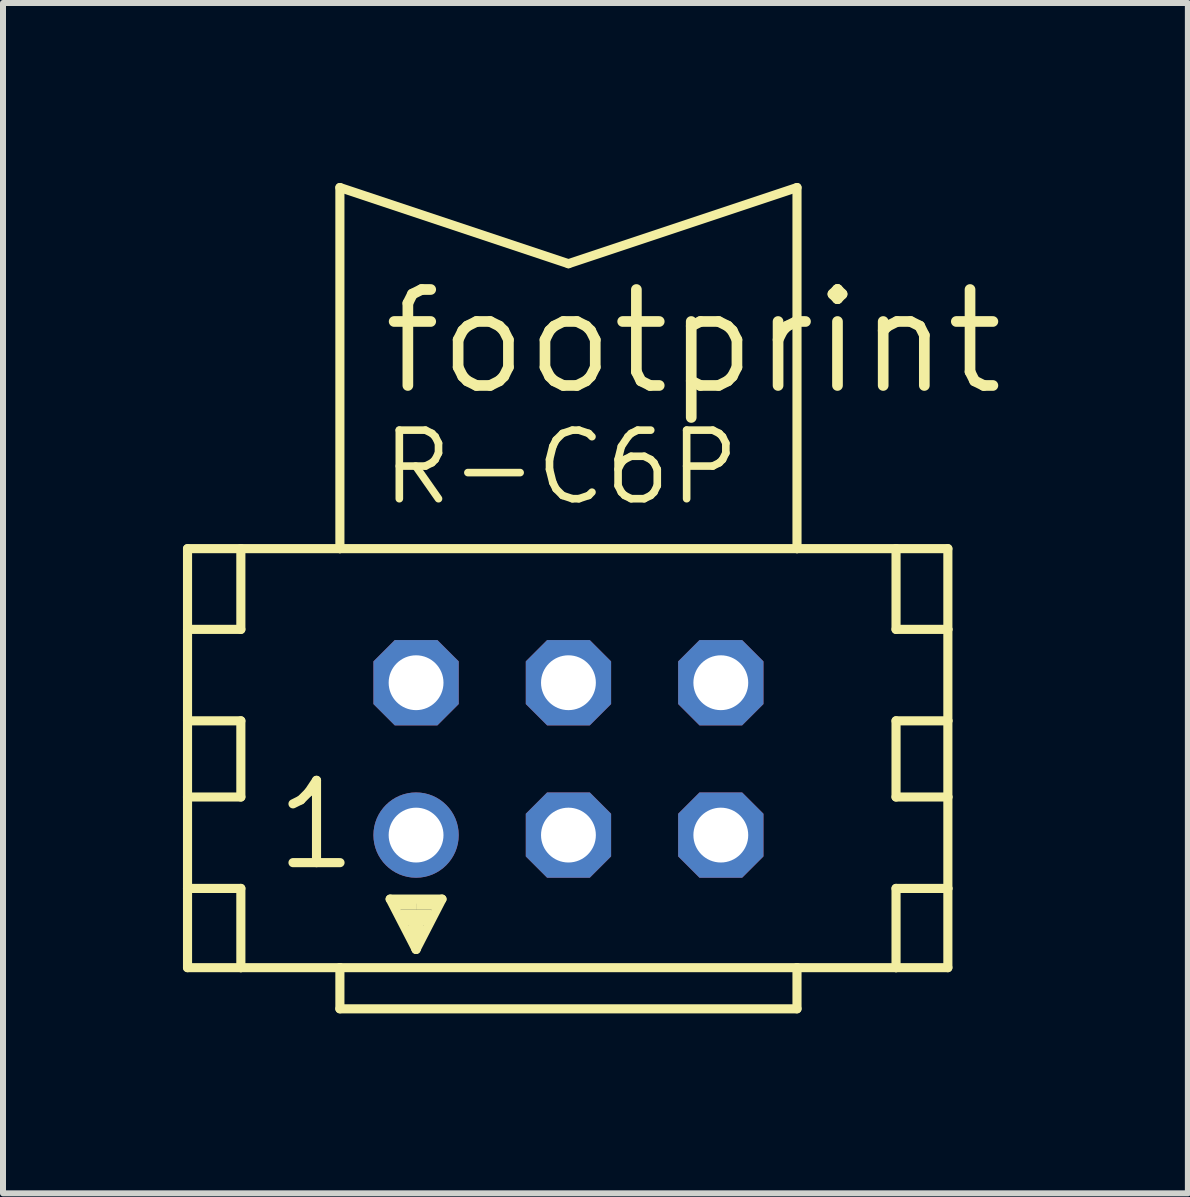
<source format=kicad_pcb>
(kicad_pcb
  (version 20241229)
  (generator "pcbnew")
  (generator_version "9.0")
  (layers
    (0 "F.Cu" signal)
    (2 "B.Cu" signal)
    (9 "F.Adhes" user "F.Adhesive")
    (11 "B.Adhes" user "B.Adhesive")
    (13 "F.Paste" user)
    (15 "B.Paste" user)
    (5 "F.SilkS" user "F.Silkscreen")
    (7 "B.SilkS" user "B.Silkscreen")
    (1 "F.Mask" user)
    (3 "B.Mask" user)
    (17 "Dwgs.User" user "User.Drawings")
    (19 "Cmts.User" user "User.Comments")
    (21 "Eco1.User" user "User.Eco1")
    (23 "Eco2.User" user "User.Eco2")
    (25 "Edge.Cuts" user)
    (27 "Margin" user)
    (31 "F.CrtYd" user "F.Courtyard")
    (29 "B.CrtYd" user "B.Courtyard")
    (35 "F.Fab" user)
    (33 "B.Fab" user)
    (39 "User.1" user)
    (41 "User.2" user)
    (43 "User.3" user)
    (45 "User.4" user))
  (footprint "footprint"
    (layer "F.Cu")
    (at 6.426 9.601)
    (property "Reference" "footprint" (at -3.175 -6.02 0) (layer "F.SilkS") (effects (font (size 1.6 1.6) (thickness 0.178)) (justify left bottom)))
    (fp_line (start -6.35 -3.505) (end -6.35 -2.159) (stroke (width 0.152) (type solid)) (layer "F.SilkS"))
    (fp_line (start -6.35 -2.159) (end -6.35 -0.635) (stroke (width 0.152) (type solid)) (layer "F.SilkS"))
    (fp_line (start -6.35 -2.159) (end -5.461 -2.159) (stroke (width 0.152) (type solid)) (layer "F.SilkS"))
    (fp_line (start -6.35 -0.635) (end -6.35 0.635) (stroke (width 0.152) (type solid)) (layer "F.SilkS"))
    (fp_line (start -6.35 -0.635) (end -5.461 -0.635) (stroke (width 0.152) (type solid)) (layer "F.SilkS"))
    (fp_line (start -6.35 0.635) (end -6.35 2.159) (stroke (width 0.152) (type solid)) (layer "F.SilkS"))
    (fp_line (start -6.35 0.635) (end -5.461 0.635) (stroke (width 0.152) (type solid)) (layer "F.SilkS"))
    (fp_line (start -6.35 2.159) (end -6.35 3.48) (stroke (width 0.152) (type solid)) (layer "F.SilkS"))
    (fp_line (start -6.35 2.159) (end -5.461 2.159) (stroke (width 0.152) (type solid)) (layer "F.SilkS"))
    (fp_line (start -6.35 3.48) (end -5.461 3.48) (stroke (width 0.152) (type solid)) (layer "F.SilkS"))
    (fp_line (start -5.461 -3.505) (end -6.35 -3.505) (stroke (width 0.152) (type solid)) (layer "F.SilkS"))
    (fp_line (start -5.461 -3.505) (end -5.461 -2.159) (stroke (width 0.152) (type solid)) (layer "F.SilkS"))
    (fp_line (start -5.461 -0.635) (end -5.461 0.635) (stroke (width 0.152) (type solid)) (layer "F.SilkS"))
    (fp_line (start -5.461 2.159) (end -5.461 3.48) (stroke (width 0.152) (type solid)) (layer "F.SilkS"))
    (fp_line (start -5.461 3.48) (end -3.81 3.48) (stroke (width 0.152) (type solid)) (layer "F.SilkS"))
    (fp_line (start -3.81 -9.525) (end 0 -8.255) (stroke (width 0.152) (type solid)) (layer "F.SilkS"))
    (fp_line (start -3.81 -3.505) (end -5.461 -3.505) (stroke (width 0.152) (type solid)) (layer "F.SilkS"))
    (fp_line (start -3.81 -3.505) (end -3.81 -9.525) (stroke (width 0.152) (type solid)) (layer "F.SilkS"))
    (fp_line (start -3.81 3.48) (end -3.81 4.166) (stroke (width 0.152) (type solid)) (layer "F.SilkS"))
    (fp_line (start -3.81 3.48) (end 3.81 3.48) (stroke (width 0.152) (type solid)) (layer "F.SilkS"))
    (fp_line (start -2.972 2.337) (end -2.108 2.337) (stroke (width 0.152) (type solid)) (layer "F.SilkS"))
    (fp_line (start -2.54 3.175) (end -2.972 2.337) (stroke (width 0.152) (type solid)) (layer "F.SilkS"))
    (fp_line (start -2.54 3.175) (end -2.54 2.921) (stroke (width 0.152) (type solid)) (layer "F.SilkS"))
    (fp_line (start -2.108 2.337) (end -2.54 3.175) (stroke (width 0.152) (type solid)) (layer "F.SilkS"))
    (fp_line (start 0 -8.255) (end 3.81 -9.525) (stroke (width 0.152) (type solid)) (layer "F.SilkS"))
    (fp_line (start 3.81 -3.505) (end -3.81 -3.505) (stroke (width 0.152) (type solid)) (layer "F.SilkS"))
    (fp_line (start 3.81 -3.505) (end 3.81 -9.525) (stroke (width 0.152) (type solid)) (layer "F.SilkS"))
    (fp_line (start 3.81 3.48) (end 3.81 4.166) (stroke (width 0.152) (type solid)) (layer "F.SilkS"))
    (fp_line (start 3.81 3.48) (end 5.461 3.48) (stroke (width 0.152) (type solid)) (layer "F.SilkS"))
    (fp_line (start 3.81 4.166) (end -3.81 4.166) (stroke (width 0.152) (type solid)) (layer "F.SilkS"))
    (fp_line (start 5.461 -3.505) (end 3.81 -3.505) (stroke (width 0.152) (type solid)) (layer "F.SilkS"))
    (fp_line (start 5.461 -3.505) (end 5.461 -2.159) (stroke (width 0.152) (type solid)) (layer "F.SilkS"))
    (fp_line (start 5.461 -2.159) (end 6.325 -2.159) (stroke (width 0.152) (type solid)) (layer "F.SilkS"))
    (fp_line (start 5.461 -0.635) (end 5.461 0.635) (stroke (width 0.152) (type solid)) (layer "F.SilkS"))
    (fp_line (start 5.461 -0.635) (end 6.325 -0.635) (stroke (width 0.152) (type solid)) (layer "F.SilkS"))
    (fp_line (start 5.461 0.635) (end 6.325 0.635) (stroke (width 0.152) (type solid)) (layer "F.SilkS"))
    (fp_line (start 5.461 2.159) (end 5.461 3.48) (stroke (width 0.152) (type solid)) (layer "F.SilkS"))
    (fp_line (start 5.461 2.159) (end 6.325 2.159) (stroke (width 0.152) (type solid)) (layer "F.SilkS"))
    (fp_line (start 5.461 3.48) (end 6.325 3.48) (stroke (width 0.152) (type solid)) (layer "F.SilkS"))
    (fp_line (start 6.325 -3.505) (end 5.461 -3.505) (stroke (width 0.152) (type solid)) (layer "F.SilkS"))
    (fp_line (start 6.325 -2.159) (end 6.325 -3.505) (stroke (width 0.152) (type solid)) (layer "F.SilkS"))
    (fp_line (start 6.325 -0.635) (end 6.325 -2.159) (stroke (width 0.152) (type solid)) (layer "F.SilkS"))
    (fp_line (start 6.325 0.635) (end 6.325 -0.635) (stroke (width 0.152) (type solid)) (layer "F.SilkS"))
    (fp_line (start 6.325 2.159) (end 6.325 0.635) (stroke (width 0.152) (type solid)) (layer "F.SilkS"))
    (fp_line (start 6.325 3.48) (end 6.325 2.159) (stroke (width 0.152) (type solid)) (layer "F.SilkS"))
    (fp_poly (pts (xy -2.921 2.515) (xy -2.54 2.515) (xy -2.54 2.388) (xy -2.921 2.388)) (stroke (width 0) (type solid)) (fill yes) (layer "F.SilkS"))
    (fp_poly (pts (xy -2.794 2.769) (xy -2.286 2.769) (xy -2.286 2.515) (xy -2.794 2.515)) (stroke (width 0) (type solid)) (fill yes) (layer "F.SilkS"))
    (fp_poly (pts (xy -2.667 2.972) (xy -2.413 2.972) (xy -2.413 2.718) (xy -2.667 2.718)) (stroke (width 0) (type solid)) (fill yes) (layer "F.SilkS"))
    (fp_poly (pts (xy -2.54 2.515) (xy -2.159 2.515) (xy -2.159 2.388) (xy -2.54 2.388)) (stroke (width 0) (type solid)) (fill yes) (layer "F.SilkS"))
    (fp_text user "R-C6P" (at -3.175 -4.191 0) (layer "F.SilkS") (effects (font (size 1.143 1.143) (thickness 0.127)) (justify left bottom)))
    (fp_text user "1" (at -4.953 1.905 0) (layer "F.SilkS") (effects (font (size 1.372 1.372) (thickness 0.152)) (justify left bottom)))
    (pad "1" thru_hole circle (at -2.54 1.27) (size 1.422 1.422) (drill 0.914) (layers "*.Cu" "*.Mask"))
    (pad "2" thru_hole roundrect (at -2.54 -1.27) (size 1.422 1.422) (drill 0.914) (layers "*.Cu" "*.Mask") (roundrect_rratio 0.25) (chamfer_ratio 0.25) (chamfer top_left top_right bottom_left bottom_right))
    (pad "3" thru_hole roundrect (at 0 1.27) (size 1.422 1.422) (drill 0.914) (layers "*.Cu" "*.Mask") (roundrect_rratio 0.25) (chamfer_ratio 0.25) (chamfer top_left top_right bottom_left bottom_right))
    (pad "4" thru_hole roundrect (at 0 -1.27) (size 1.422 1.422) (drill 0.914) (layers "*.Cu" "*.Mask") (roundrect_rratio 0.25) (chamfer_ratio 0.25) (chamfer top_left top_right bottom_left bottom_right))
    (pad "5" thru_hole roundrect (at 2.54 1.27) (size 1.422 1.422) (drill 0.914) (layers "*.Cu" "*.Mask") (roundrect_rratio 0.25) (chamfer_ratio 0.25) (chamfer top_left top_right bottom_left bottom_right))
    (pad "6" thru_hole roundrect (at 2.54 -1.27) (size 1.422 1.422) (drill 0.914) (layers "*.Cu" "*.Mask") (roundrect_rratio 0.25) (chamfer_ratio 0.25) (chamfer top_left top_right bottom_left bottom_right)))
  (gr_rect
    (start -3 -3)
    (end 16.752 16.843)
    (stroke (width 0.1) (type default))
    (fill no)
    (layer "Edge.Cuts")))
</source>
